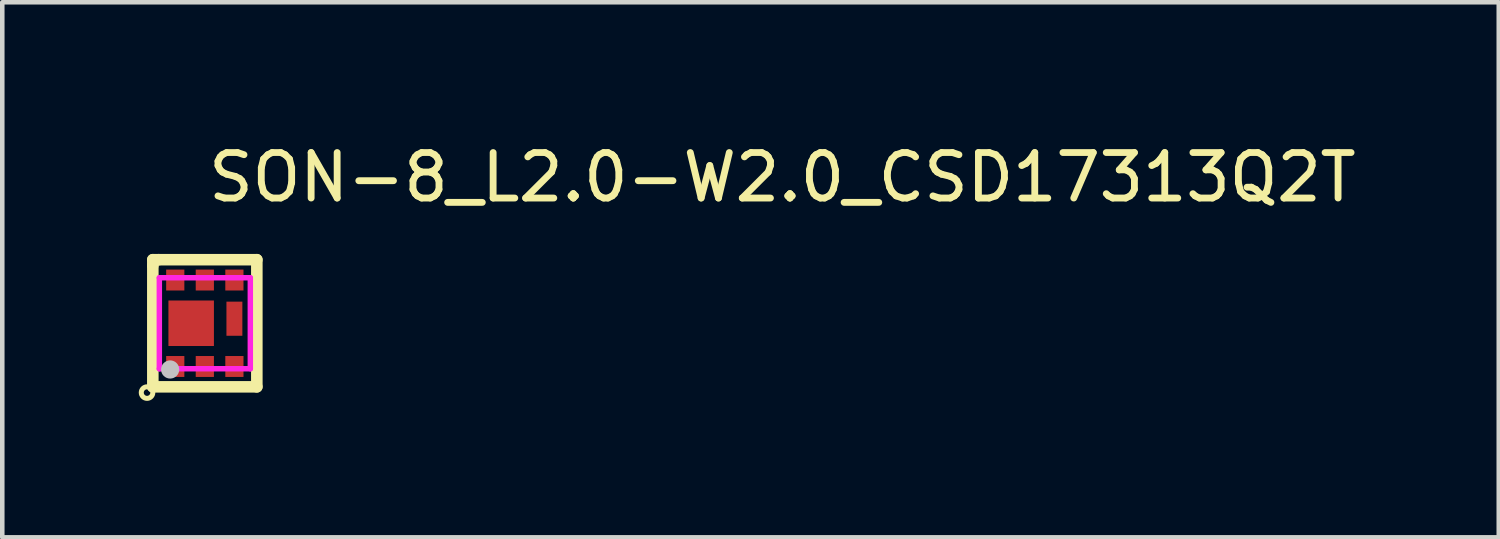
<source format=kicad_pcb>
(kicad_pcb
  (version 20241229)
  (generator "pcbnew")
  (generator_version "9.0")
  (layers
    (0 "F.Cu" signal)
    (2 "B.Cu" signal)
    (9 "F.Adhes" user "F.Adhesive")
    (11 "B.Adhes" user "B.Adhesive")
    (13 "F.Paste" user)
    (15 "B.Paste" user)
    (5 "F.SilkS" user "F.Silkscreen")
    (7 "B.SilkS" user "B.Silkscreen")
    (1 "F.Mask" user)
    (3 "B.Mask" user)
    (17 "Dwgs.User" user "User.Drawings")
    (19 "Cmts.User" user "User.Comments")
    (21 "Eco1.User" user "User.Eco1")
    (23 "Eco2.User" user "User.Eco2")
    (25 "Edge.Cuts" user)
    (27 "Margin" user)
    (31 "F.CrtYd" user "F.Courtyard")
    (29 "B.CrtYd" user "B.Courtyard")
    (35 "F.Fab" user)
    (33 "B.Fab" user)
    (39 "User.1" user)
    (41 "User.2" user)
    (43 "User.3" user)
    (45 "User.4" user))
  (footprint "SON-8_L2.0-W2.0_CSD17313Q2T"
    (layer "F.Cu")
    (at 1.452 4.055)
    (property "Reference" "SON-8_L2.0-W2.0_CSD17313Q2T" (at 0 -3.207 0) (layer "F.SilkS") (effects (font (size 1 1) (thickness 0.15)) (justify left)))
    (attr through_hole)
    (fp_line (start -1.143 -1.397) (end -1.016 -1.397) (stroke (width 0.254) (type solid)) (layer "F.SilkS"))
    (fp_line (start -1.143 -1.27) (end -1.143 -1.397) (stroke (width 0.254) (type solid)) (layer "F.SilkS"))
    (fp_line (start -1.143 1.397) (end -1.143 -1.27) (stroke (width 0.254) (type solid)) (layer "F.SilkS"))
    (fp_line (start -1.016 -1.397) (end 1.143 -1.397) (stroke (width 0.254) (type solid)) (layer "F.SilkS"))
    (fp_line (start 1.143 -1.397) (end 1.143 1.397) (stroke (width 0.254) (type solid)) (layer "F.SilkS"))
    (fp_line (start 1.143 1.397) (end -1.143 1.397) (stroke (width 0.254) (type solid)) (layer "F.SilkS"))
    (fp_circle (center -1.27 1.524) (end -1.143 1.524) (stroke (width 0.11) (type solid)) (fill no) (layer "F.SilkS"))
    (fp_circle (center -0.762 1.016) (end -0.662 1.016) (stroke (width 0.2) (type solid)) (fill no) (layer "Dwgs.User"))
    (fp_circle (center -1 1) (end -0.97 1) (stroke (width 0.06) (type solid)) (fill no) (layer "Eco2.User"))
    (fp_poly (pts (xy -0.8 -1) (xy -0.5 -1) (xy -0.5 -0.75) (xy -0.8 -0.75)) (stroke (width 0.12) (type solid)) (fill no) (layer "Eco2.User"))
    (fp_poly (pts (xy -0.8 0.475) (xy -0.8 -0.475) (xy 0.2 -0.475) (xy 0.2 0.475)) (stroke (width 0.12) (type solid)) (fill no) (layer "Eco2.User"))
    (fp_poly (pts (xy -0.8 0.75) (xy -0.5 0.75) (xy -0.5 1) (xy -0.8 1)) (stroke (width 0.12) (type solid)) (fill no) (layer "Eco2.User"))
    (fp_poly (pts (xy -0.15 -1) (xy 0.15 -1) (xy 0.15 -0.75) (xy -0.15 -0.75)) (stroke (width 0.12) (type solid)) (fill no) (layer "Eco2.User"))
    (fp_poly (pts (xy 0.15 1) (xy -0.15 1) (xy -0.15 0.75) (xy 0.15 0.75)) (stroke (width 0.12) (type solid)) (fill no) (layer "Eco2.User"))
    (fp_poly (pts (xy 0.5 0.275) (xy 0.5 -0.475) (xy 0.8 -0.475) (xy 0.8 0.275)) (stroke (width 0.12) (type solid)) (fill no) (layer "Eco2.User"))
    (fp_poly (pts (xy 0.8 -0.75) (xy 0.5 -0.75) (xy 0.5 -1) (xy 0.8 -1)) (stroke (width 0.12) (type solid)) (fill no) (layer "Eco2.User"))
    (fp_poly (pts (xy 0.8 1) (xy 0.5 1) (xy 0.5 0.75) (xy 0.8 0.75)) (stroke (width 0.12) (type solid)) (fill no) (layer "Eco2.User"))
    (fp_line (start -1 -1) (end 1 -1) (stroke (width 0.12) (type solid)) (layer "F.CrtYd"))
    (fp_line (start -1 1) (end -1 -1) (stroke (width 0.12) (type solid)) (layer "F.CrtYd"))
    (fp_line (start 1 -1) (end 1 1) (stroke (width 0.12) (type solid)) (layer "F.CrtYd"))
    (fp_line (start 1 1) (end -1 1) (stroke (width 0.12) (type solid)) (layer "F.CrtYd"))
    (pad "1" smd rect (at -0.65 0.95 90) (size 0.46 0.4) (layers "F.Cu" "F.Mask" "F.Paste"))
    (pad "2" smd rect (at 0 0.95 270) (size 0.46 0.4) (layers "F.Cu" "F.Mask" "F.Paste"))
    (pad "3" smd rect (at 0.65 0.95 270) (size 0.46 0.4) (layers "F.Cu" "F.Mask" "F.Paste"))
    (pad "4" smd rect (at 0.65 -0.95 270) (size 0.46 0.4) (layers "F.Cu" "F.Mask" "F.Paste"))
    (pad "5" smd rect (at 0 -0.95 270) (size 0.46 0.4) (layers "F.Cu" "F.Mask" "F.Paste"))
    (pad "6" smd rect (at -0.65 -0.95 270) (size 0.46 0.4) (layers "F.Cu" "F.Mask" "F.Paste"))
    (pad "7" smd rect (at 0.65 -0.1 270) (size 0.75 0.35) (layers "F.Cu" "F.Mask" "F.Paste"))
    (pad "8" smd rect (at -0.3 0 270) (size 1 1) (layers "F.Cu" "F.Mask" "F.Paste")))
  (gr_rect
    (start -3 -3)
    (end 29.892 8.761)
    (stroke (width 0.1) (type default))
    (fill no)
    (layer "Edge.Cuts")))
</source>
